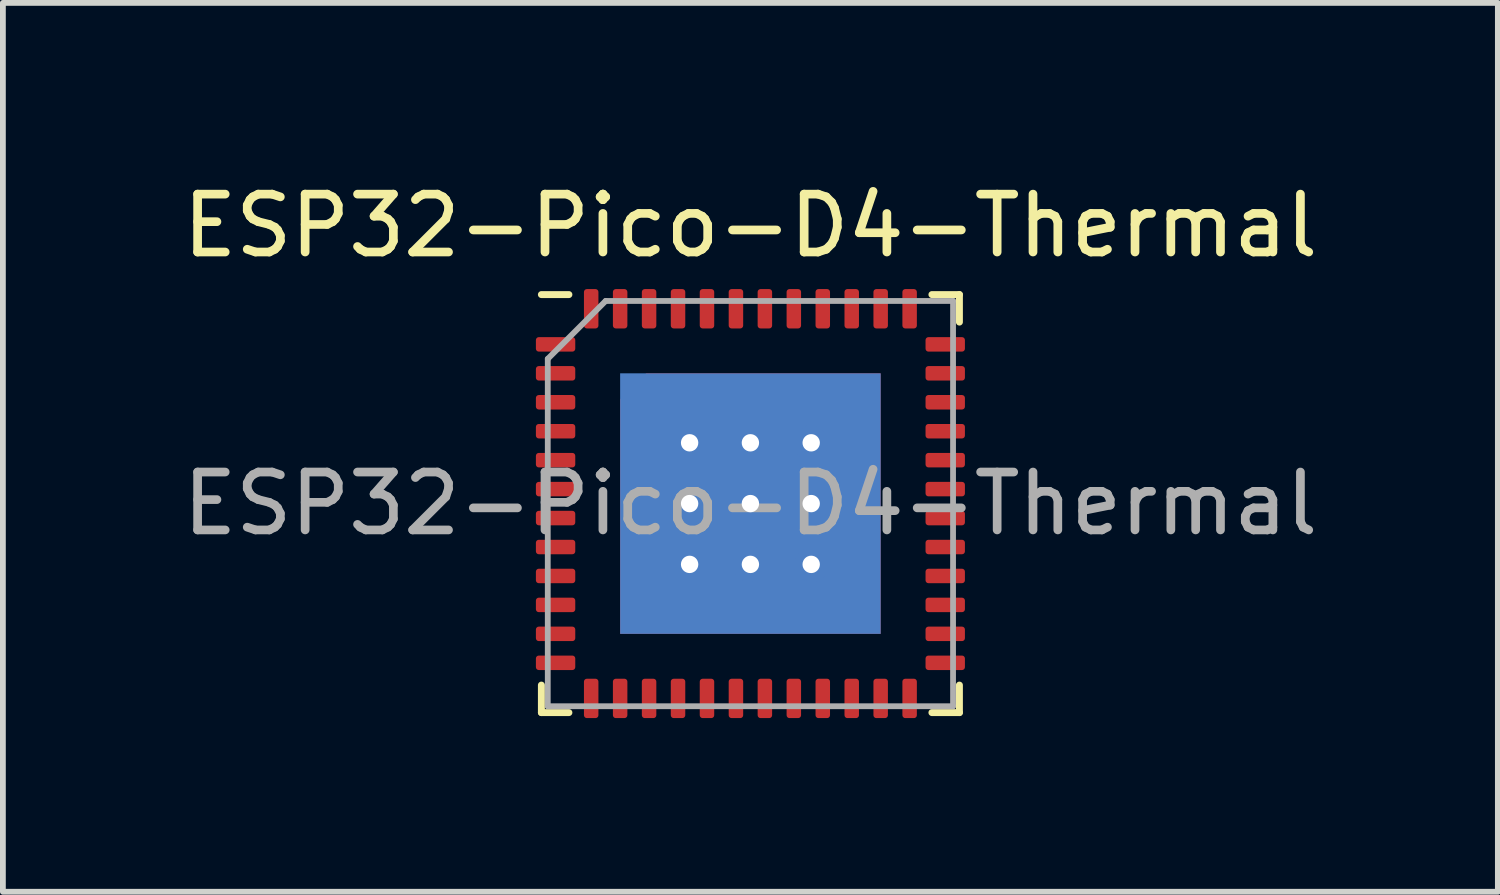
<source format=kicad_pcb>
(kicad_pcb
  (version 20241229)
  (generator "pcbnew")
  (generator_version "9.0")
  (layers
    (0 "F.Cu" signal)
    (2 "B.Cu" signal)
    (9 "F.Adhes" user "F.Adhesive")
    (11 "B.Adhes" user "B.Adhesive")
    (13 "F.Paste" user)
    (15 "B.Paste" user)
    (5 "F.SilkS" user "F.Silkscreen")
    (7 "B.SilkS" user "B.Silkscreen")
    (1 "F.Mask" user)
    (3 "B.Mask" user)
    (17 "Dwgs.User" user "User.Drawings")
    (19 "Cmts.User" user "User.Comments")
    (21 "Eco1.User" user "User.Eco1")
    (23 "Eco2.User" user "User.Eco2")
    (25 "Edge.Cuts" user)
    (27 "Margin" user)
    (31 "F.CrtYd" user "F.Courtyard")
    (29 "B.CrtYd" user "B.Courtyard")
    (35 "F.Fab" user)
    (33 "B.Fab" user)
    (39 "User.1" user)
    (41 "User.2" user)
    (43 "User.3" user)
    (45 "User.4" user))
  (footprint "ESP32-Pico-D4-Thermal"
    (layer "F.Cu")
    (at 9.911 5.648)
    (property "Reference" "ESP32-Pico-D4-Thermal" (at 0 -4.8 0) (layer "F.SilkS") (effects (font (size 1 1) (thickness 0.15))))
    (attr smd)
    (fp_line (start -3.61 3.61) (end -3.61 3.135) (stroke (width 0.12) (type solid)) (layer "F.SilkS"))
    (fp_line (start -3.135 -3.61) (end -3.61 -3.61) (stroke (width 0.12) (type solid)) (layer "F.SilkS"))
    (fp_line (start -3.135 3.61) (end -3.61 3.61) (stroke (width 0.12) (type solid)) (layer "F.SilkS"))
    (fp_line (start 3.135 -3.61) (end 3.61 -3.61) (stroke (width 0.12) (type solid)) (layer "F.SilkS"))
    (fp_line (start 3.135 3.61) (end 3.61 3.61) (stroke (width 0.12) (type solid)) (layer "F.SilkS"))
    (fp_line (start 3.61 -3.61) (end 3.61 -3.135) (stroke (width 0.12) (type solid)) (layer "F.SilkS"))
    (fp_line (start 3.61 3.61) (end 3.61 3.135) (stroke (width 0.12) (type solid)) (layer "F.SilkS"))
    (fp_rect (start 0 0) (end 0 0) (stroke (width 0.05) (type solid)) (fill no) (layer "F.CrtYd"))
    (fp_line (start -3.5 -2.5) (end -2.5 -3.5) (stroke (width 0.1) (type solid)) (layer "F.Fab"))
    (fp_line (start -3.5 3.5) (end -3.5 -2.5) (stroke (width 0.1) (type solid)) (layer "F.Fab"))
    (fp_line (start -2.5 -3.5) (end 3.5 -3.5) (stroke (width 0.1) (type solid)) (layer "F.Fab"))
    (fp_line (start 3.5 -3.5) (end 3.5 3.5) (stroke (width 0.1) (type solid)) (layer "F.Fab"))
    (fp_line (start 3.5 3.5) (end -3.5 3.5) (stroke (width 0.1) (type solid)) (layer "F.Fab"))
    (fp_text user "${REFERENCE}" (at 0 0 0) (layer "F.Fab") (effects (font (size 1 1) (thickness 0.15))))
    (pad "" smd roundrect (at -1.575 -1.575) (size 0.75 0.75) (layers "F.Paste") (roundrect_rratio 0.244))
    (pad "" smd roundrect (at -1.575 -0.525) (size 0.75 0.75) (layers "F.Paste") (roundrect_rratio 0.244))
    (pad "" smd roundrect (at -1.575 0.525) (size 0.75 0.75) (layers "F.Paste") (roundrect_rratio 0.244))
    (pad "" smd roundrect (at -1.575 1.575) (size 0.75 0.75) (layers "F.Paste") (roundrect_rratio 0.244))
    (pad "" smd roundrect (at -0.525 -1.575) (size 0.75 0.75) (layers "F.Paste") (roundrect_rratio 0.244))
    (pad "" smd roundrect (at -0.525 -0.525) (size 0.75 0.75) (layers "F.Paste") (roundrect_rratio 0.244))
    (pad "" smd roundrect (at -0.525 0.525) (size 0.75 0.75) (layers "F.Paste") (roundrect_rratio 0.244))
    (pad "" smd roundrect (at -0.525 1.575) (size 0.75 0.75) (layers "F.Paste") (roundrect_rratio 0.244))
    (pad "" smd roundrect (at 0.525 -1.575) (size 0.75 0.75) (layers "F.Paste") (roundrect_rratio 0.244))
    (pad "" smd roundrect (at 0.525 -0.525) (size 0.75 0.75) (layers "F.Paste") (roundrect_rratio 0.244))
    (pad "" smd roundrect (at 0.525 0.525) (size 0.75 0.75) (layers "F.Paste") (roundrect_rratio 0.244))
    (pad "" smd roundrect (at 0.525 1.575) (size 0.75 0.75) (layers "F.Paste") (roundrect_rratio 0.244))
    (pad "" smd roundrect (at 1.575 -1.575) (size 0.75 0.75) (layers "F.Paste") (roundrect_rratio 0.244))
    (pad "" smd roundrect (at 1.575 -0.525) (size 0.75 0.75) (layers "F.Paste") (roundrect_rratio 0.244))
    (pad "" smd roundrect (at 1.575 0.525) (size 0.75 0.75) (layers "F.Paste") (roundrect_rratio 0.244))
    (pad "" smd roundrect (at 1.575 1.575) (size 0.75 0.75) (layers "F.Paste") (roundrect_rratio 0.244))
    (pad "1" smd roundrect (at -3.365 -2.75 90) (size 0.25 0.68) (layers "F.Cu" "F.Mask" "F.Paste") (roundrect_rratio 0.2))
    (pad "2" smd roundrect (at -3.365 -2.25 90) (size 0.25 0.68) (layers "F.Cu" "F.Mask" "F.Paste") (roundrect_rratio 0.2))
    (pad "3" smd roundrect (at -3.365 -1.75 90) (size 0.25 0.68) (layers "F.Cu" "F.Mask" "F.Paste") (roundrect_rratio 0.2))
    (pad "4" smd roundrect (at -3.365 -1.25 90) (size 0.25 0.68) (layers "F.Cu" "F.Mask" "F.Paste") (roundrect_rratio 0.2))
    (pad "5" smd roundrect (at -3.365 -0.75 90) (size 0.25 0.68) (layers "F.Cu" "F.Mask" "F.Paste") (roundrect_rratio 0.2))
    (pad "6" smd roundrect (at -3.365 -0.25 90) (size 0.25 0.68) (layers "F.Cu" "F.Mask" "F.Paste") (roundrect_rratio 0.2))
    (pad "7" smd roundrect (at -3.365 0.25 90) (size 0.25 0.68) (layers "F.Cu" "F.Mask" "F.Paste") (roundrect_rratio 0.2))
    (pad "8" smd roundrect (at -3.365 0.75 90) (size 0.25 0.68) (layers "F.Cu" "F.Mask" "F.Paste") (roundrect_rratio 0.2))
    (pad "9" smd roundrect (at -3.365 1.25 90) (size 0.25 0.68) (layers "F.Cu" "F.Mask" "F.Paste") (roundrect_rratio 0.2))
    (pad "10" smd roundrect (at -3.365 1.75 90) (size 0.25 0.68) (layers "F.Cu" "F.Mask" "F.Paste") (roundrect_rratio 0.2))
    (pad "11" smd roundrect (at -3.365 2.25 90) (size 0.25 0.68) (layers "F.Cu" "F.Mask" "F.Paste") (roundrect_rratio 0.2))
    (pad "12" smd roundrect (at -3.365 2.75 90) (size 0.25 0.68) (layers "F.Cu" "F.Mask" "F.Paste") (roundrect_rratio 0.2))
    (pad "13" smd roundrect (at -2.75 3.365) (size 0.25 0.68) (layers "F.Cu" "F.Mask" "F.Paste") (roundrect_rratio 0.2))
    (pad "14" smd roundrect (at -2.25 3.365) (size 0.25 0.68) (layers "F.Cu" "F.Mask" "F.Paste") (roundrect_rratio 0.2))
    (pad "15" smd roundrect (at -1.75 3.365) (size 0.25 0.68) (layers "F.Cu" "F.Mask" "F.Paste") (roundrect_rratio 0.2))
    (pad "16" smd roundrect (at -1.25 3.365) (size 0.25 0.68) (layers "F.Cu" "F.Mask" "F.Paste") (roundrect_rratio 0.2))
    (pad "17" smd roundrect (at -0.75 3.365) (size 0.25 0.68) (layers "F.Cu" "F.Mask" "F.Paste") (roundrect_rratio 0.2))
    (pad "18" smd roundrect (at -0.25 3.365) (size 0.25 0.68) (layers "F.Cu" "F.Mask" "F.Paste") (roundrect_rratio 0.2))
    (pad "19" smd roundrect (at 0.25 3.365) (size 0.25 0.68) (layers "F.Cu" "F.Mask" "F.Paste") (roundrect_rratio 0.2))
    (pad "20" smd roundrect (at 0.75 3.365) (size 0.25 0.68) (layers "F.Cu" "F.Mask" "F.Paste") (roundrect_rratio 0.2))
    (pad "21" smd roundrect (at 1.25 3.365) (size 0.25 0.68) (layers "F.Cu" "F.Mask" "F.Paste") (roundrect_rratio 0.2))
    (pad "22" smd roundrect (at 1.75 3.365) (size 0.25 0.68) (layers "F.Cu" "F.Mask" "F.Paste") (roundrect_rratio 0.2))
    (pad "23" smd roundrect (at 2.25 3.365) (size 0.25 0.68) (layers "F.Cu" "F.Mask" "F.Paste") (roundrect_rratio 0.2))
    (pad "24" smd roundrect (at 2.75 3.365) (size 0.25 0.68) (layers "F.Cu" "F.Mask" "F.Paste") (roundrect_rratio 0.2))
    (pad "25" smd roundrect (at 3.365 2.75 90) (size 0.25 0.68) (layers "F.Cu" "F.Mask" "F.Paste") (roundrect_rratio 0.2))
    (pad "26" smd roundrect (at 3.365 2.25 90) (size 0.25 0.68) (layers "F.Cu" "F.Mask" "F.Paste") (roundrect_rratio 0.2))
    (pad "27" smd roundrect (at 3.365 1.75 90) (size 0.25 0.68) (layers "F.Cu" "F.Mask" "F.Paste") (roundrect_rratio 0.2))
    (pad "28" smd roundrect (at 3.365 1.25 90) (size 0.25 0.68) (layers "F.Cu" "F.Mask" "F.Paste") (roundrect_rratio 0.2))
    (pad "29" smd roundrect (at 3.365 0.75 90) (size 0.25 0.68) (layers "F.Cu" "F.Mask" "F.Paste") (roundrect_rratio 0.2))
    (pad "30" smd roundrect (at 3.365 0.25 90) (size 0.25 0.68) (layers "F.Cu" "F.Mask" "F.Paste") (roundrect_rratio 0.2))
    (pad "31" smd roundrect (at 3.365 -0.25 90) (size 0.25 0.68) (layers "F.Cu" "F.Mask" "F.Paste") (roundrect_rratio 0.2))
    (pad "32" smd roundrect (at 3.365 -0.75 90) (size 0.25 0.68) (layers "F.Cu" "F.Mask" "F.Paste") (roundrect_rratio 0.2))
    (pad "33" smd roundrect (at 3.365 -1.25 90) (size 0.25 0.68) (layers "F.Cu" "F.Mask" "F.Paste") (roundrect_rratio 0.2))
    (pad "34" smd roundrect (at 3.365 -1.75 90) (size 0.25 0.68) (layers "F.Cu" "F.Mask" "F.Paste") (roundrect_rratio 0.2))
    (pad "35" smd roundrect (at 3.365 -2.25 90) (size 0.25 0.68) (layers "F.Cu" "F.Mask" "F.Paste") (roundrect_rratio 0.2))
    (pad "36" smd roundrect (at 3.365 -2.75 90) (size 0.25 0.68) (layers "F.Cu" "F.Mask" "F.Paste") (roundrect_rratio 0.2))
    (pad "37" smd roundrect (at 2.75 -3.365) (size 0.25 0.68) (layers "F.Cu" "F.Mask" "F.Paste") (roundrect_rratio 0.2))
    (pad "38" smd roundrect (at 2.25 -3.365) (size 0.25 0.68) (layers "F.Cu" "F.Mask" "F.Paste") (roundrect_rratio 0.2))
    (pad "39" smd roundrect (at 1.75 -3.365) (size 0.25 0.68) (layers "F.Cu" "F.Mask" "F.Paste") (roundrect_rratio 0.2))
    (pad "40" smd roundrect (at 1.25 -3.365) (size 0.25 0.68) (layers "F.Cu" "F.Mask" "F.Paste") (roundrect_rratio 0.2))
    (pad "41" smd roundrect (at 0.75 -3.365) (size 0.25 0.68) (layers "F.Cu" "F.Mask" "F.Paste") (roundrect_rratio 0.2))
    (pad "42" smd roundrect (at 0.25 -3.365) (size 0.25 0.68) (layers "F.Cu" "F.Mask" "F.Paste") (roundrect_rratio 0.2))
    (pad "43" smd roundrect (at -0.25 -3.365) (size 0.25 0.68) (layers "F.Cu" "F.Mask" "F.Paste") (roundrect_rratio 0.2))
    (pad "44" smd roundrect (at -0.75 -3.365) (size 0.25 0.68) (layers "F.Cu" "F.Mask" "F.Paste") (roundrect_rratio 0.2))
    (pad "45" smd roundrect (at -1.25 -3.365) (size 0.25 0.68) (layers "F.Cu" "F.Mask" "F.Paste") (roundrect_rratio 0.2))
    (pad "46" smd roundrect (at -1.75 -3.365) (size 0.25 0.68) (layers "F.Cu" "F.Mask" "F.Paste") (roundrect_rratio 0.2))
    (pad "47" smd roundrect (at -2.25 -3.365) (size 0.25 0.68) (layers "F.Cu" "F.Mask" "F.Paste") (roundrect_rratio 0.2))
    (pad "48" smd roundrect (at -2.75 -3.365) (size 0.25 0.68) (layers "F.Cu" "F.Mask" "F.Paste") (roundrect_rratio 0.2))
    (pad "49" thru_hole circle (at -1.05 -1.05) (size 0.6 0.6) (drill 0.3) (layers "*.Cu"))
    (pad "49" thru_hole circle (at -1.05 0) (size 0.6 0.6) (drill 0.3) (layers "*.Cu"))
    (pad "49" thru_hole circle (at -1.05 1.05) (size 0.6 0.6) (drill 0.3) (layers "*.Cu"))
    (pad "49" thru_hole circle (at 0 -1.05) (size 0.6 0.6) (drill 0.3) (layers "*.Cu"))
    (pad "49" thru_hole circle (at 0 0) (size 0.6 0.6) (drill 0.3) (layers "*.Cu"))
    (pad "49" smd rect (at 0 0) (size 4.5 4.5) (layers "B.Cu"))
    (pad "49" smd roundrect (at 0 0) (size 4.5 4.5) (layers "F.Cu" "F.Mask") (roundrect_rratio 0) (chamfer_ratio 0.1) (chamfer top_left))
    (pad "49" thru_hole circle (at 0 1.05) (size 0.6 0.6) (drill 0.3) (layers "*.Cu"))
    (pad "49" thru_hole circle (at 1.05 -1.05) (size 0.6 0.6) (drill 0.3) (layers "*.Cu"))
    (pad "49" thru_hole circle (at 1.05 0) (size 0.6 0.6) (drill 0.3) (layers "*.Cu"))
    (pad "49" thru_hole circle (at 1.05 1.05) (size 0.6 0.6) (drill 0.3) (layers "*.Cu")))
  (gr_rect
    (start -3 -3)
    (end 22.821 12.353)
    (stroke (width 0.1) (type default))
    (fill no)
    (layer "Edge.Cuts")))
</source>
